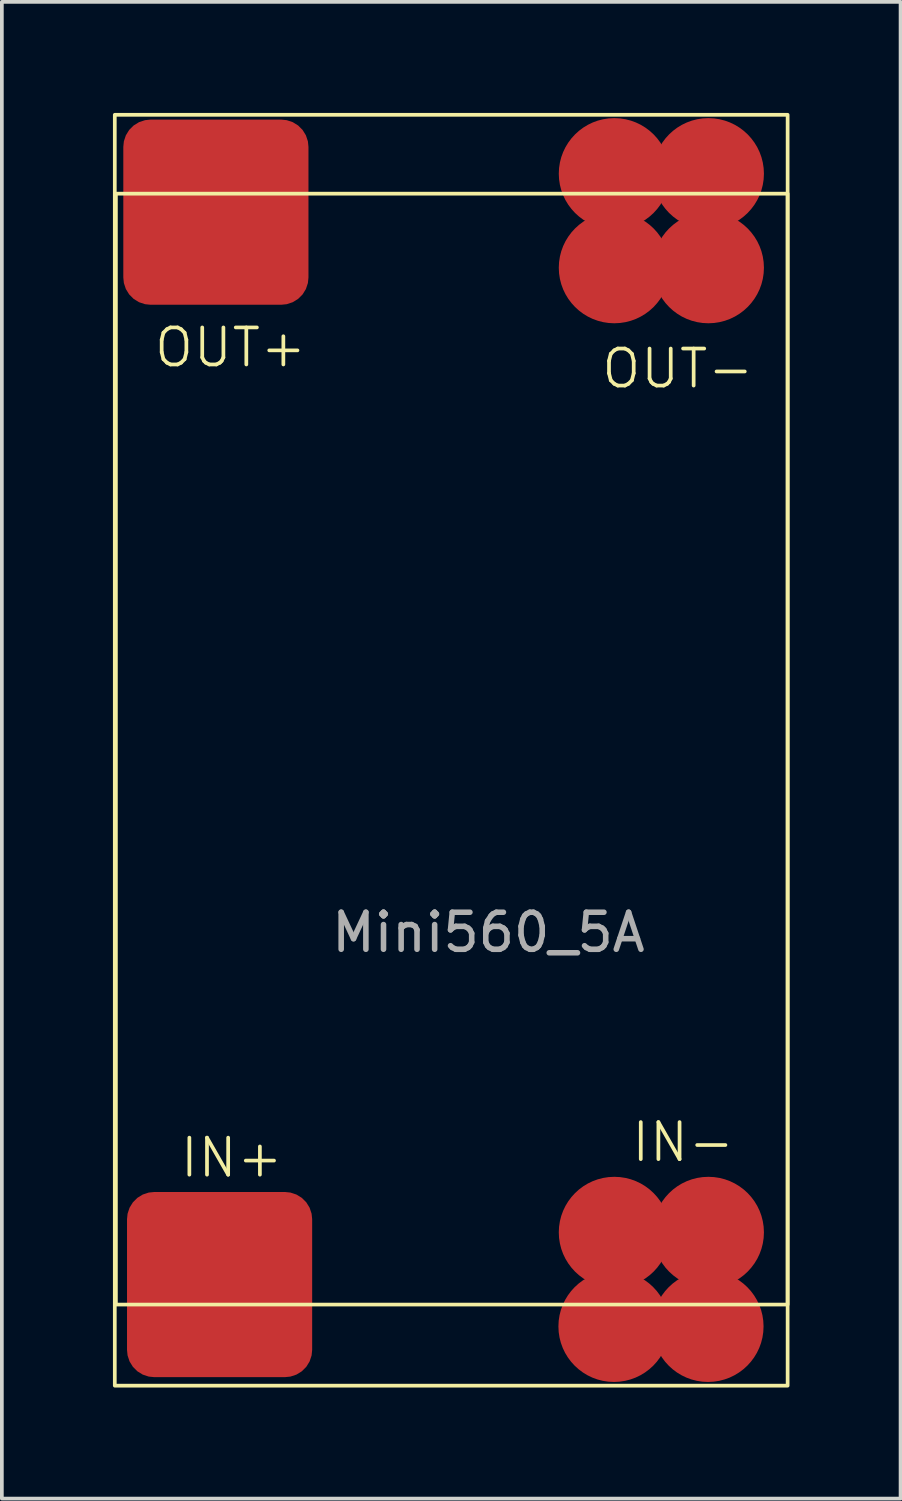
<source format=kicad_pcb>
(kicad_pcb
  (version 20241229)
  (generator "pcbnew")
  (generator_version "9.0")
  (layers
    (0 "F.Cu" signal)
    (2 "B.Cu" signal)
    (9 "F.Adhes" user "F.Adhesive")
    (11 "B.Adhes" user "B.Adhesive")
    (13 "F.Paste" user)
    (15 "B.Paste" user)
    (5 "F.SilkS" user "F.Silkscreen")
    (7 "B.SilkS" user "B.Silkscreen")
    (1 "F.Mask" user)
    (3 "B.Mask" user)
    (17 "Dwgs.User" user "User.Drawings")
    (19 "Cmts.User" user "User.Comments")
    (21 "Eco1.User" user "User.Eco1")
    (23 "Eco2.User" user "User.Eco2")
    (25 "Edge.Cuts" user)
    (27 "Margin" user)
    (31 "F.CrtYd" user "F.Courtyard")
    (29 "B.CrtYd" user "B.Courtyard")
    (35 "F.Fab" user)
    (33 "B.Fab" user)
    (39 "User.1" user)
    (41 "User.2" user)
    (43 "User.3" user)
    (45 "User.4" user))
  (footprint "Mini560_5A"
    (layer "F.Cu")
    (at 8.64 17.17)
    (property "Reference" "Mini560_5A" (at 1.5 1.96 0) (unlocked yes) (layer "User.1") (effects (font (size 1 1) (thickness 0.1))))
    (attr smd)
    (fp_rect (start -8.59 -17.12) (end 9.58 17.2) (stroke (width 0.1) (type default)) (fill no) (layer "F.SilkS"))
    (fp_rect (start -8.56 -14.99) (end 9.58 15.01) (stroke (width 0.1) (type default)) (fill no) (layer "F.SilkS"))
    (fp_text user "OUT-" (at 4.5 -9.68 0) (unlocked yes) (layer "F.SilkS") (effects (font (size 1 1) (thickness 0.1)) (justify left bottom)))
    (fp_text user "IN+" (at -6.88 11.63 0) (unlocked yes) (layer "F.SilkS") (effects (font (size 1 1) (thickness 0.1)) (justify left bottom)))
    (fp_text user "OUT+" (at -7.58 -10.25 0) (unlocked yes) (layer "F.SilkS") (effects (font (size 1 1) (thickness 0.1)) (justify left bottom)))
    (fp_text user "IN-" (at 5.31 11.21 0) (unlocked yes) (layer "F.SilkS") (effects (font (size 1 1) (thickness 0.1)) (justify left bottom)))
    (fp_text user "${REFERENCE}" (at 1.5 4.96 0) (unlocked yes) (layer "F.Fab") (effects (font (size 1 1) (thickness 0.15))))
    (pad "1" smd roundrect (at -5.76 14.47) (size 5 5) (layers "F.Cu" "F.Mask" "F.Paste") (roundrect_rratio 0.147))
    (pad "2" smd oval (at 4.89 15.6) (size 3 3) (layers "F.Cu" "F.Mask" "F.Paste"))
    (pad "2" smd oval (at 4.9 13.06) (size 3 3) (layers "F.Cu" "F.Mask" "F.Paste"))
    (pad "2" smd oval (at 7.43 15.6) (size 3 3) (layers "F.Cu" "F.Mask" "F.Paste"))
    (pad "2" smd oval (at 7.44 13.06) (size 3 3) (layers "F.Cu" "F.Mask" "F.Paste"))
    (pad "3" smd oval (at 4.9 -15.53) (size 3 3) (layers "F.Cu" "F.Mask" "F.Paste"))
    (pad "3" smd oval (at 4.9 -12.99) (size 3 3) (layers "F.Cu" "F.Mask" "F.Paste"))
    (pad "3" smd oval (at 7.44 -15.53) (size 3 3) (layers "F.Cu" "F.Mask" "F.Paste"))
    (pad "3" smd oval (at 7.44 -12.99) (size 3 3) (layers "F.Cu" "F.Mask" "F.Paste"))
    (pad "4" smd roundrect (at -5.86 -14.49) (size 5 5) (layers "F.Cu" "F.Mask" "F.Paste") (roundrect_rratio 0.147)))
  (gr_rect
    (start -3 -3)
    (end 21.27 37.42)
    (stroke (width 0.1) (type default))
    (fill no)
    (layer "Edge.Cuts")))
</source>
